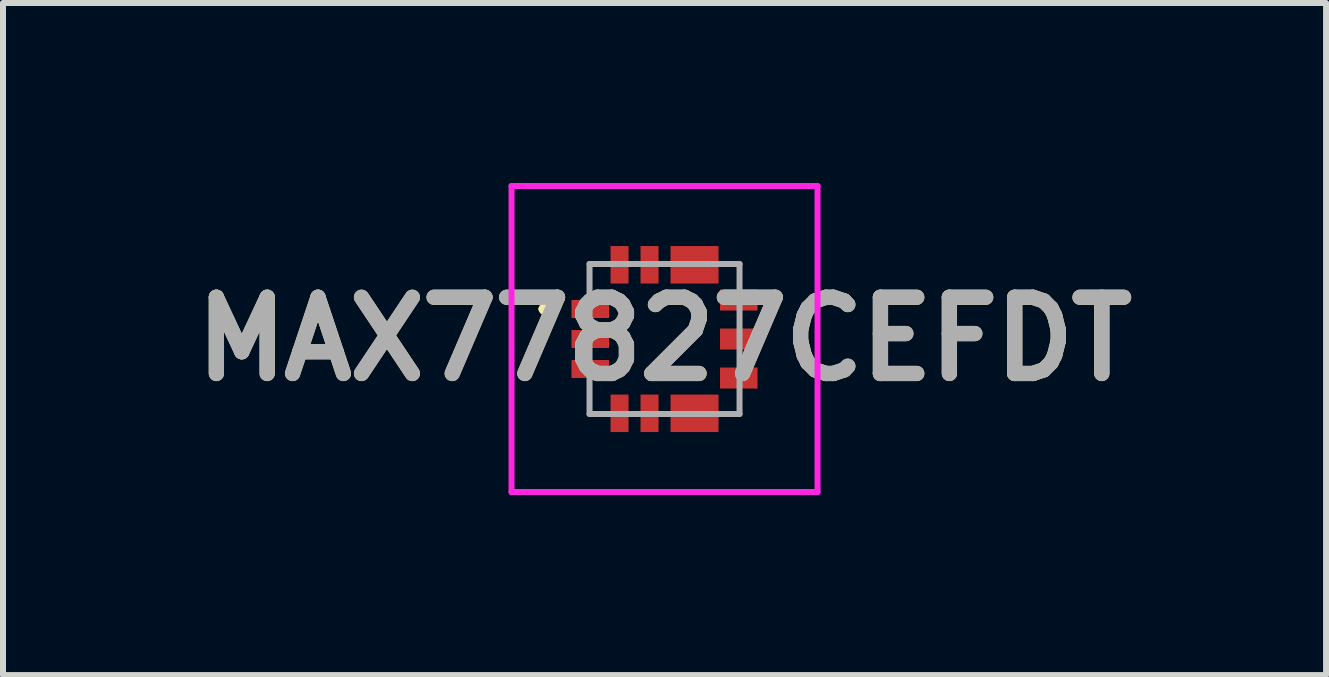
<source format=kicad_pcb>
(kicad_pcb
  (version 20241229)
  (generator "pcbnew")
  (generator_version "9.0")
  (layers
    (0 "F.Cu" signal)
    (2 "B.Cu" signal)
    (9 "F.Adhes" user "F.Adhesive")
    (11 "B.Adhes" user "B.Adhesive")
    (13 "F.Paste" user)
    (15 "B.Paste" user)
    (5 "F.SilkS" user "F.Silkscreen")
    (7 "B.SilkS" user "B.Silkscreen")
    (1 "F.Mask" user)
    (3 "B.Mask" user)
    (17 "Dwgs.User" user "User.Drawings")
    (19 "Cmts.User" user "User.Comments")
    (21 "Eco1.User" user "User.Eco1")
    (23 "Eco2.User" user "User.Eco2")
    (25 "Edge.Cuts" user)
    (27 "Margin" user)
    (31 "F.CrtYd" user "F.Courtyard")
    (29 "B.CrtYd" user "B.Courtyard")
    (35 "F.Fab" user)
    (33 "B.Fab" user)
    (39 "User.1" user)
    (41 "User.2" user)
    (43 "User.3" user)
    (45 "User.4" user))
  (footprint "MAX77827CEFDT"
    (layer "F.Cu")
    (at 8.025 2.6)
    (property "Reference" "MAX77827CEFDT" (at 0 0 0) (layer "F.SilkS") (effects (font (size 1.27 1.27) (thickness 0.254))))
    (attr smd)
    (fp_line (start -2.05 -0.5) (end -2.05 -0.5) (stroke (width 0.1) (type solid)) (layer "F.SilkS"))
    (fp_line (start -1.95 -0.5) (end -1.95 -0.5) (stroke (width 0.1) (type solid)) (layer "F.SilkS"))
    (fp_arc (start -2.05 -0.5) (mid -2 -0.55) (end -1.95 -0.5) (stroke (width 0.1) (type solid)) (layer "F.SilkS"))
    (fp_arc (start -1.95 -0.5) (mid -2 -0.45) (end -2.05 -0.5) (stroke (width 0.1) (type solid)) (layer "F.SilkS"))
    (fp_line (start -2.55 -2.55) (end 2.55 -2.55) (stroke (width 0.1) (type solid)) (layer "F.CrtYd"))
    (fp_line (start -2.55 2.55) (end -2.55 -2.55) (stroke (width 0.1) (type solid)) (layer "F.CrtYd"))
    (fp_line (start 2.55 -2.55) (end 2.55 2.55) (stroke (width 0.1) (type solid)) (layer "F.CrtYd"))
    (fp_line (start 2.55 2.55) (end -2.55 2.55) (stroke (width 0.1) (type solid)) (layer "F.CrtYd"))
    (fp_line (start -1.25 -1.25) (end -1.25 1.25) (stroke (width 0.1) (type solid)) (layer "F.Fab"))
    (fp_line (start -1.25 1.25) (end 1.25 1.25) (stroke (width 0.1) (type solid)) (layer "F.Fab"))
    (fp_line (start 1.25 -1.25) (end -1.25 -1.25) (stroke (width 0.1) (type solid)) (layer "F.Fab"))
    (fp_line (start 1.25 1.25) (end 1.25 -1.25) (stroke (width 0.1) (type solid)) (layer "F.Fab"))
    (fp_text user "${REFERENCE}" (at 0 0 0) (layer "F.Fab") (effects (font (size 1.27 1.27) (thickness 0.254))))
    (pad "1" smd rect (at -1.238 -0.5 90) (size 0.3 0.625) (layers "F.Cu" "F.Mask" "F.Paste"))
    (pad "2" smd rect (at -1.238 0 90) (size 0.3 0.625) (layers "F.Cu" "F.Mask" "F.Paste"))
    (pad "3" smd rect (at -1.238 0.5 90) (size 0.3 0.625) (layers "F.Cu" "F.Mask" "F.Paste"))
    (pad "4" smd rect (at -0.75 1.238) (size 0.3 0.625) (layers "F.Cu" "F.Mask" "F.Paste"))
    (pad "5" smd rect (at -0.25 1.238) (size 0.3 0.625) (layers "F.Cu" "F.Mask" "F.Paste"))
    (pad "6" smd rect (at 0.5 1.238 90) (size 0.625 0.8) (layers "F.Cu" "F.Mask" "F.Paste"))
    (pad "8" smd rect (at 1.237 0.65 90) (size 0.35 0.625) (layers "F.Cu" "F.Mask" "F.Paste"))
    (pad "9" smd rect (at 1.237 0 90) (size 0.35 0.625) (layers "F.Cu" "F.Mask" "F.Paste"))
    (pad "10" smd rect (at 1.237 -0.65 90) (size 0.35 0.625) (layers "F.Cu" "F.Mask" "F.Paste"))
    (pad "11" smd rect (at 0.5 -1.237 90) (size 0.625 0.8) (layers "F.Cu" "F.Mask" "F.Paste"))
    (pad "13" smd rect (at -0.25 -1.237) (size 0.3 0.625) (layers "F.Cu" "F.Mask" "F.Paste"))
    (pad "14" smd rect (at -0.75 -1.237) (size 0.3 0.625) (layers "F.Cu" "F.Mask" "F.Paste")))
  (gr_rect
    (start -3 -3)
    (end 19.05 8.2)
    (stroke (width 0.1) (type default))
    (fill no)
    (layer "Edge.Cuts")))
</source>
